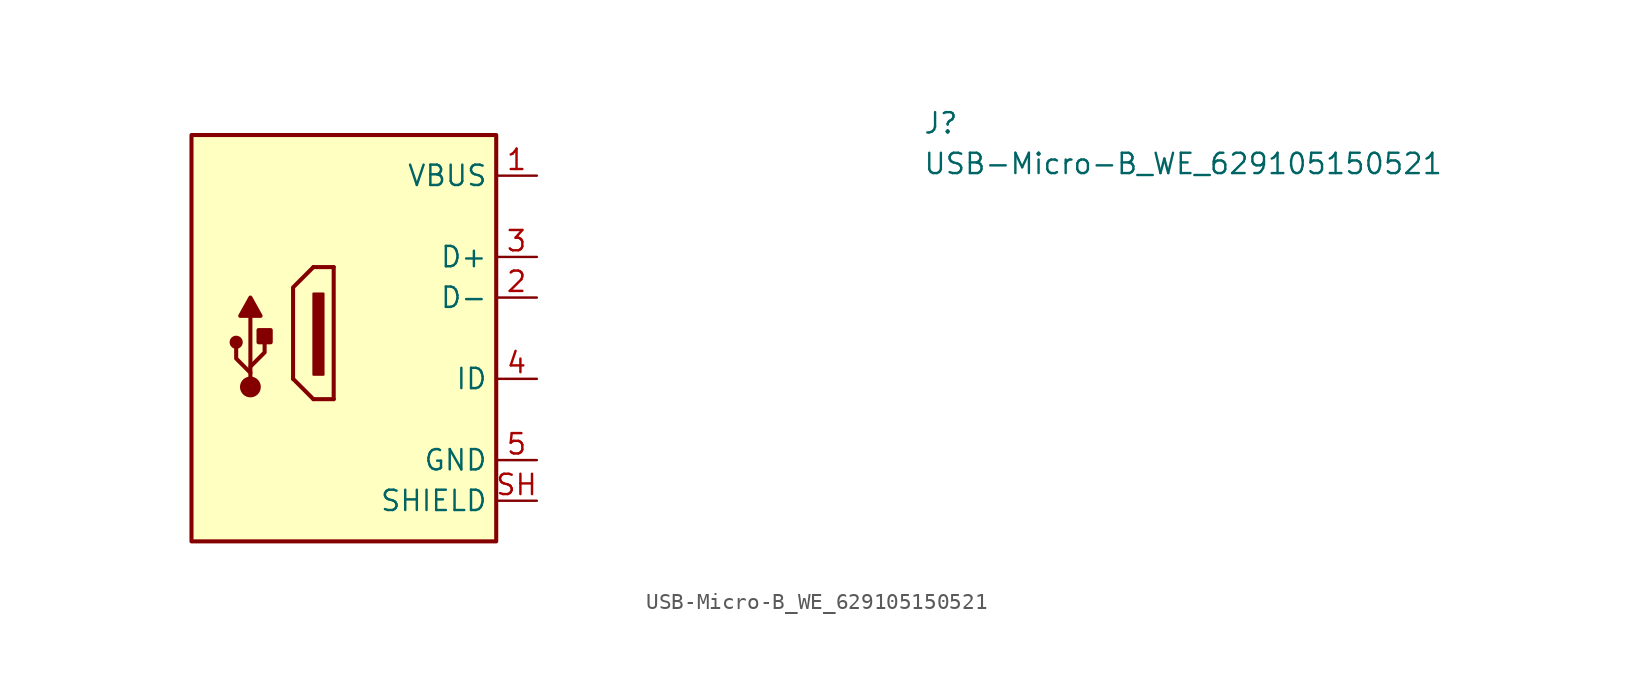
<source format=kicad_sym>
(kicad_symbol_lib
  (version 20220914)
  (generator kicad_symbol_editor)
  (symbol "USB-Micro-B_WE_629105150521"
    (property "Reference" "J"
      (at 24.13 2.54 0)
      (effects (font (size 1.27 1.27) (thickness 0.15)) (justify left bottom)))
    (property "Value" "USB-Micro-B_WE_629105150521"
      (at 24.13 0 0)
      (effects (font (size 1.27 1.27) (thickness 0.15)) (justify left bottom)))
    (symbol "USB-Micro-B_WE_629105150521_0_1"
      (rectangle (start -13.335 -7.366) (end -13.97 -12.446) (stroke (width 0.127) (type default)) (fill (type outline)))
      (polyline (pts (xy -13.97 -13.97) (xy -15.24 -12.7)) (stroke (width 0.254) (type default)) (fill (type none)))
      (polyline (pts (xy -12.7 -13.97) (xy -13.97 -13.97)) (stroke (width 0.254) (type default)) (fill (type none)))
      (polyline (pts (xy -12.7 -13.97) (xy -12.7 -5.715)) (stroke (width 0.254) (type default)) (fill (type none)))
      (polyline (pts (xy -12.7 -5.715) (xy -13.97 -5.715)) (stroke (width 0.254) (type default)) (fill (type none)))
      (polyline (pts (xy -13.97 -5.715) (xy -15.24 -6.985) (xy -15.24 -12.7)) (stroke (width 0.254) (type default)) (fill (type none))))
    (symbol "USB-Micro-B_WE_629105150521_1_1"
      (rectangle (start -21.59 2.54) (end -2.54 -22.86) (stroke (width 0.254) (type default)) (fill (type background)))
      (circle (center -18.796 -10.414) (radius 0.284) (stroke (width 0.254) (type default)) (fill (type outline)))
      (circle (center -17.907 -13.208) (radius 0.524) (stroke (width 0.254) (type default)) (fill (type outline)))
      (rectangle (start -17.399 -10.414) (end -16.637 -9.652) (stroke (width 0.254) (type default)) (fill (type outline)))
      (polyline (pts (xy -17.907 -13.081) (xy -17.907 -8.763)) (stroke (width 0.254) (type default)) (fill (type background)))
      (polyline (pts (xy -17.907 -12.319) (xy -18.796 -11.43) (xy -18.796 -10.795)) (stroke (width 0.254) (type default)) (fill (type background)))
      (polyline (pts (xy -17.907 -11.938) (xy -17.018 -11.049) (xy -17.018 -10.414)) (stroke (width 0.254) (type default)) (fill (type background)))
      (polyline (pts (xy -18.542 -8.763) (xy -17.907 -7.62) (xy -17.272 -8.763) (xy -18.542 -8.763)) (stroke (width 0.254) (type default)) (fill (type outline)))
      (pin passive line (at 0 0 180) (length 2.54) (name "VBUS" (effects (font (size 1.27 1.27)))) (number "1" (effects (font (size 1.27 1.27)))))
      (pin bidirectional line (at 0 -7.62 180) (length 2.54) (name "D-" (effects (font (size 1.27 1.27)))) (number "2" (effects (font (size 1.27 1.27)))))
      (pin bidirectional line (at 0 -5.08 180) (length 2.54) (name "D+" (effects (font (size 1.27 1.27)))) (number "3" (effects (font (size 1.27 1.27)))))
      (pin bidirectional line (at 0 -12.7 180) (length 2.54) (name "ID" (effects (font (size 1.27 1.27)))) (number "4" (effects (font (size 1.27 1.27)))))
      (pin power_in line (at 0 -17.78 180) (length 2.54) (name "GND" (effects (font (size 1.27 1.27)))) (number "5" (effects (font (size 1.27 1.27)))))
      (pin passive line (at 0 -20.32 180) (length 2.54) (name "SHIELD" (effects (font (size 1.27 1.27)))) (number "SH" (effects (font (size 1.27 1.27))))))))
</source>
